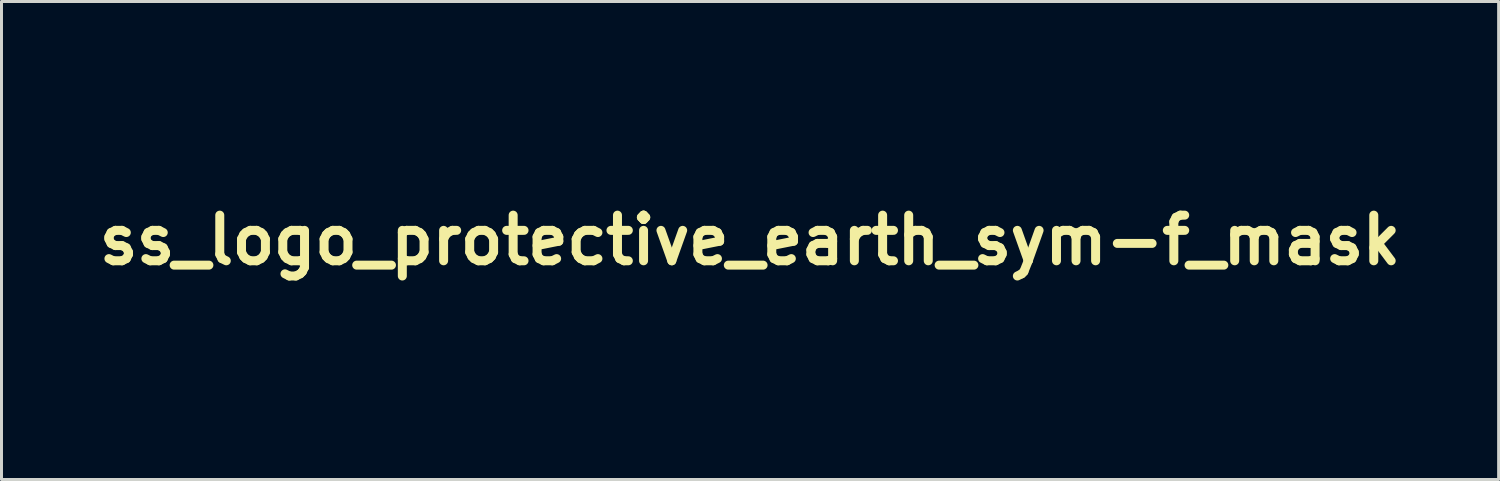
<source format=kicad_pcb>
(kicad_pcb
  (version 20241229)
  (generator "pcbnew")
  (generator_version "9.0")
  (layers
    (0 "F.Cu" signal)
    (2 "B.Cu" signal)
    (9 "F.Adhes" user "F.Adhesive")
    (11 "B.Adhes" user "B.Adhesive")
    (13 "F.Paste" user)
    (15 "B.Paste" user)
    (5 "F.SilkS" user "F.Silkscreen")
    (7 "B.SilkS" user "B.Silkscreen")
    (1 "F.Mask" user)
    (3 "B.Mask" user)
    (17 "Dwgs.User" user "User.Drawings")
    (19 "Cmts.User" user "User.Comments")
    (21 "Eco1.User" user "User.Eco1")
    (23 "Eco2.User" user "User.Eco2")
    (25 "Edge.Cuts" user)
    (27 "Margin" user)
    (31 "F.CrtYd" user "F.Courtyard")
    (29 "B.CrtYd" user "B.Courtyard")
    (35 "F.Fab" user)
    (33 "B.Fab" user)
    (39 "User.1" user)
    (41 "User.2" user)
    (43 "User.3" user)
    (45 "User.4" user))
  (footprint "ss_logo_protective_earth_sym-f_mask"
    (layer "F.Cu")
    (at 21.996 4.969)
    (property "Reference" "ss_logo_protective_earth_sym-f_mask" (at 0 0 0) (layer "F.SilkS") (effects (font (size 1.524 1.524) (thickness 0.3))))
    (attr through_hole)
    (fp_poly (pts (xy 3.008 0.569) (xy 3.137 0.65) (xy 3.224 0.759) (xy 3.272 0.901) (xy 3.287 1.074) (xy 3.277 1.241) (xy 3.242 1.369) (xy 3.175 1.472) (xy 3.07 1.564) (xy 3.066 1.567) (xy 2.949 1.651) (xy 0.042 1.658) (xy -0.435 1.659) (xy -0.859 1.66) (xy -1.233 1.66) (xy -1.56 1.66) (xy -1.842 1.66) (xy -2.084 1.659) (xy -2.289 1.657) (xy -2.459 1.655) (xy -2.597 1.653) (xy -2.708 1.649) (xy -2.793 1.646) (xy -2.856 1.641) (xy -2.9 1.636) (xy -2.929 1.63) (xy -2.942 1.625) (xy -3.081 1.54) (xy -3.174 1.449) (xy -3.23 1.338) (xy -3.255 1.196) (xy -3.259 1.087) (xy -3.259 1.084) (xy -2.939 1.084) (xy -2.92 1.187) (xy -2.874 1.261) (xy -2.812 1.326) (xy 2.846 1.326) (xy 2.905 1.252) (xy 2.955 1.152) (xy 2.963 1.046) (xy 2.93 0.951) (xy 2.889 0.905) (xy 2.876 0.896) (xy 2.861 0.887) (xy 2.841 0.88) (xy 2.812 0.873) (xy 2.771 0.868) (xy 2.714 0.863) (xy 2.638 0.859) (xy 2.54 0.856) (xy 2.417 0.853) (xy 2.265 0.851) (xy 2.08 0.849) (xy 1.86 0.848) (xy 1.6 0.848) (xy 1.299 0.847) (xy 0.951 0.847) (xy 0.555 0.847) (xy 0.106 0.847) (xy 0.014 0.847) (xy -0.445 0.847) (xy -0.851 0.847) (xy -1.208 0.847) (xy -1.518 0.847) (xy -1.785 0.848) (xy -2.013 0.849) (xy -2.204 0.851) (xy -2.362 0.853) (xy -2.491 0.855) (xy -2.593 0.858) (xy -2.673 0.862) (xy -2.733 0.867) (xy -2.777 0.872) (xy -2.808 0.878) (xy -2.83 0.886) (xy -2.845 0.894) (xy -2.858 0.903) (xy -2.861 0.905) (xy -2.919 0.983) (xy -2.939 1.084) (xy -3.259 1.084) (xy -3.257 0.966) (xy -3.247 0.883) (xy -3.225 0.817) (xy -3.187 0.749) (xy -3.181 0.739) (xy -3.079 0.625) (xy -2.974 0.563) (xy -2.951 0.554) (xy -2.926 0.546) (xy -2.895 0.539) (xy -2.855 0.533) (xy -2.801 0.528) (xy -2.731 0.523) (xy -2.641 0.52) (xy -2.529 0.517) (xy -2.39 0.514) (xy -2.221 0.512) (xy -2.019 0.511) (xy -1.78 0.51) (xy -1.502 0.509) (xy -1.18 0.508) (xy -0.811 0.508) (xy -0.392 0.508) (xy 0.017 0.508) (xy 2.879 0.508) (xy 3.008 0.569)) (stroke (width 0.01) (type solid)) (fill yes) (layer "F.Mask"))
    (fp_poly (pts (xy 0.327 1.962) (xy 0.588 1.962) (xy 0.804 1.963) (xy 0.978 1.965) (xy 1.115 1.967) (xy 1.222 1.971) (xy 1.302 1.976) (xy 1.361 1.982) (xy 1.404 1.99) (xy 1.436 2) (xy 1.462 2.012) (xy 1.468 2.014) (xy 1.58 2.088) (xy 1.66 2.179) (xy 1.723 2.294) (xy 1.77 2.457) (xy 1.77 2.622) (xy 1.728 2.78) (xy 1.648 2.919) (xy 1.534 3.029) (xy 1.393 3.098) (xy 1.345 3.107) (xy 1.263 3.114) (xy 1.145 3.12) (xy 0.987 3.125) (xy 0.785 3.128) (xy 0.536 3.13) (xy 0.237 3.131) (xy -0.017 3.131) (xy -0.322 3.131) (xy -0.575 3.13) (xy -0.783 3.129) (xy -0.949 3.127) (xy -1.081 3.124) (xy -1.182 3.121) (xy -1.259 3.115) (xy -1.316 3.108) (xy -1.359 3.1) (xy -1.393 3.089) (xy -1.424 3.076) (xy -1.434 3.071) (xy -1.57 2.976) (xy -1.669 2.851) (xy -1.728 2.704) (xy -1.747 2.563) (xy -1.398 2.563) (xy -1.373 2.663) (xy -1.319 2.742) (xy -1.269 2.774) (xy -1.233 2.777) (xy -1.147 2.78) (xy -1.015 2.782) (xy -0.845 2.784) (xy -0.642 2.785) (xy -0.412 2.786) (xy -0.16 2.786) (xy 0.044 2.785) (xy 0.348 2.784) (xy 0.6 2.782) (xy 0.805 2.78) (xy 0.969 2.777) (xy 1.096 2.774) (xy 1.192 2.769) (xy 1.261 2.764) (xy 1.309 2.757) (xy 1.339 2.748) (xy 1.358 2.737) (xy 1.364 2.733) (xy 1.397 2.666) (xy 1.411 2.571) (xy 1.405 2.47) (xy 1.38 2.388) (xy 1.364 2.366) (xy 1.351 2.354) (xy 1.33 2.344) (xy 1.298 2.335) (xy 1.25 2.329) (xy 1.18 2.324) (xy 1.083 2.32) (xy 0.955 2.318) (xy 0.791 2.316) (xy 0.585 2.315) (xy 0.333 2.314) (xy 0.029 2.314) (xy 0.014 2.314) (xy -0.291 2.314) (xy -0.544 2.315) (xy -0.751 2.315) (xy -0.917 2.317) (xy -1.046 2.319) (xy -1.144 2.323) (xy -1.215 2.327) (xy -1.264 2.334) (xy -1.298 2.342) (xy -1.319 2.352) (xy -1.335 2.364) (xy -1.343 2.374) (xy -1.389 2.46) (xy -1.398 2.563) (xy -1.747 2.563) (xy -1.749 2.546) (xy -1.73 2.389) (xy -1.672 2.241) (xy -1.575 2.113) (xy -1.453 2.023) (xy -1.426 2.009) (xy -1.398 1.997) (xy -1.363 1.987) (xy -1.318 1.98) (xy -1.255 1.974) (xy -1.171 1.969) (xy -1.061 1.966) (xy -0.918 1.964) (xy -0.739 1.962) (xy -0.518 1.962) (xy -0.249 1.961) (xy 0.014 1.961) (xy 0.327 1.962)) (stroke (width 0.01) (type solid)) (fill yes) (layer "F.Mask"))
    (fp_poly (pts (xy 0.181 -3.201) (xy 0.316 -3.147) (xy 0.431 -3.049) (xy 0.533 -2.907) (xy 0.549 -2.878) (xy 0.562 -2.846) (xy 0.572 -2.805) (xy 0.58 -2.749) (xy 0.585 -2.671) (xy 0.589 -2.566) (xy 0.591 -2.426) (xy 0.592 -2.245) (xy 0.593 -2.018) (xy 0.593 -1.885) (xy 0.593 -0.962) (xy 2.11 -0.954) (xy 2.451 -0.952) (xy 2.74 -0.95) (xy 2.982 -0.948) (xy 3.183 -0.945) (xy 3.345 -0.94) (xy 3.475 -0.933) (xy 3.577 -0.924) (xy 3.655 -0.911) (xy 3.715 -0.894) (xy 3.761 -0.874) (xy 3.798 -0.848) (xy 3.83 -0.817) (xy 3.863 -0.78) (xy 3.889 -0.75) (xy 3.981 -0.606) (xy 4.024 -0.447) (xy 4.021 -0.284) (xy 3.974 -0.127) (xy 3.884 0.012) (xy 3.753 0.123) (xy 3.736 0.134) (xy 3.627 0.197) (xy 0.014 0.196) (xy -0.512 0.196) (xy -0.985 0.195) (xy -1.407 0.195) (xy -1.781 0.195) (xy -2.111 0.194) (xy -2.399 0.193) (xy -2.649 0.192) (xy -2.863 0.191) (xy -3.044 0.189) (xy -3.195 0.186) (xy -3.319 0.184) (xy -3.42 0.18) (xy -3.499 0.177) (xy -3.56 0.172) (xy -3.607 0.167) (xy -3.641 0.162) (xy -3.666 0.156) (xy -3.685 0.149) (xy -3.697 0.143) (xy -3.839 0.038) (xy -3.938 -0.095) (xy -3.993 -0.247) (xy -3.998 -0.339) (xy -3.663 -0.339) (xy -3.625 -0.242) (xy -3.537 -0.159) (xy -3.514 -0.146) (xy -3.477 -0.141) (xy -3.389 -0.137) (xy -3.252 -0.133) (xy -3.072 -0.129) (xy -2.852 -0.126) (xy -2.596 -0.123) (xy -2.309 -0.12) (xy -1.995 -0.118) (xy -1.659 -0.116) (xy -1.303 -0.115) (xy -0.933 -0.113) (xy -0.553 -0.113) (xy -0.167 -0.112) (xy 0.221 -0.112) (xy 0.607 -0.112) (xy 0.986 -0.113) (xy 1.354 -0.114) (xy 1.708 -0.115) (xy 2.042 -0.117) (xy 2.353 -0.119) (xy 2.636 -0.122) (xy 2.888 -0.124) (xy 3.104 -0.128) (xy 3.279 -0.131) (xy 3.411 -0.135) (xy 3.493 -0.139) (xy 3.522 -0.143) (xy 3.622 -0.203) (xy 3.68 -0.289) (xy 3.691 -0.389) (xy 3.654 -0.49) (xy 3.615 -0.538) (xy 3.532 -0.621) (xy 0.342 -0.621) (xy 0.298 -0.684) (xy 0.286 -0.707) (xy 0.277 -0.744) (xy 0.269 -0.799) (xy 0.263 -0.879) (xy 0.259 -0.989) (xy 0.257 -1.135) (xy 0.255 -1.322) (xy 0.254 -1.557) (xy 0.254 -1.743) (xy 0.254 -2.74) (xy 0.185 -2.809) (xy 0.09 -2.868) (xy -0.016 -2.878) (xy -0.118 -2.841) (xy -0.157 -2.809) (xy -0.226 -2.74) (xy -0.226 -1.743) (xy -0.226 -1.474) (xy -0.227 -1.256) (xy -0.229 -1.083) (xy -0.232 -0.949) (xy -0.237 -0.85) (xy -0.243 -0.778) (xy -0.251 -0.73) (xy -0.261 -0.698) (xy -0.27 -0.684) (xy -0.314 -0.621) (xy -3.504 -0.621) (xy -3.586 -0.538) (xy -3.651 -0.441) (xy -3.663 -0.339) (xy -3.998 -0.339) (xy -4.002 -0.409) (xy -3.963 -0.572) (xy -3.876 -0.727) (xy -3.834 -0.777) (xy -3.746 -0.86) (xy -3.658 -0.908) (xy -3.581 -0.929) (xy -3.516 -0.937) (xy -3.397 -0.943) (xy -3.226 -0.949) (xy -3.005 -0.953) (xy -2.738 -0.957) (xy -2.426 -0.959) (xy -2.072 -0.96) (xy -2.002 -0.96) (xy -0.564 -0.96) (xy -0.564 -1.878) (xy -0.564 -2.142) (xy -0.563 -2.356) (xy -0.56 -2.527) (xy -0.555 -2.66) (xy -0.545 -2.763) (xy -0.531 -2.842) (xy -0.512 -2.903) (xy -0.486 -2.952) (xy -0.454 -2.997) (xy -0.412 -3.043) (xy -0.399 -3.057) (xy -0.272 -3.155) (xy -0.114 -3.207) (xy 0.014 -3.217) (xy 0.181 -3.201)) (stroke (width 0.01) (type solid)) (fill yes) (layer "F.Mask"))
    (fp_poly (pts (xy 0.579 -4.933) (xy 1.088 -4.85) (xy 1.585 -4.715) (xy 1.976 -4.567) (xy 2.082 -4.519) (xy 2.214 -4.453) (xy 2.36 -4.377) (xy 2.505 -4.299) (xy 2.634 -4.227) (xy 2.735 -4.167) (xy 2.775 -4.141) (xy 3.218 -3.798) (xy 3.611 -3.427) (xy 3.957 -3.028) (xy 4.254 -2.6) (xy 4.503 -2.142) (xy 4.705 -1.654) (xy 4.86 -1.134) (xy 4.898 -0.974) (xy 4.937 -0.751) (xy 4.968 -0.494) (xy 4.987 -0.226) (xy 4.994 0.014) (xy 4.966 0.535) (xy 4.884 1.046) (xy 4.751 1.541) (xy 4.567 2.019) (xy 4.335 2.475) (xy 4.057 2.906) (xy 3.735 3.309) (xy 3.37 3.679) (xy 2.966 4.013) (xy 2.667 4.219) (xy 2.254 4.453) (xy 1.811 4.647) (xy 1.347 4.8) (xy 0.871 4.909) (xy 0.392 4.972) (xy -0.081 4.988) (xy -0.452 4.965) (xy -0.944 4.89) (xy -1.402 4.779) (xy -1.837 4.627) (xy -2.191 4.467) (xy -2.65 4.207) (xy -3.075 3.905) (xy -3.462 3.565) (xy -3.81 3.19) (xy -4.116 2.783) (xy -4.379 2.348) (xy -4.596 1.889) (xy -4.765 1.408) (xy -4.884 0.909) (xy -4.951 0.396) (xy -4.965 0.014) (xy -4.611 0.014) (xy -4.608 0.26) (xy -4.599 0.466) (xy -4.583 0.649) (xy -4.556 0.824) (xy -4.517 1.007) (xy -4.464 1.216) (xy -4.457 1.242) (xy -4.302 1.706) (xy -4.097 2.15) (xy -3.845 2.572) (xy -3.549 2.965) (xy -3.215 3.327) (xy -2.845 3.652) (xy -2.443 3.936) (xy -2.013 4.175) (xy -1.806 4.269) (xy -1.533 4.376) (xy -1.265 4.463) (xy -0.98 4.534) (xy -0.726 4.585) (xy -0.588 4.603) (xy -0.409 4.616) (xy -0.201 4.623) (xy 0.02 4.625) (xy 0.241 4.622) (xy 0.447 4.614) (xy 0.623 4.601) (xy 0.738 4.585) (xy 1.257 4.469) (xy 1.744 4.305) (xy 2.201 4.095) (xy 2.627 3.836) (xy 3.024 3.53) (xy 3.392 3.175) (xy 3.638 2.893) (xy 3.913 2.515) (xy 4.145 2.116) (xy 4.335 1.689) (xy 4.487 1.228) (xy 4.59 0.79) (xy 4.618 0.604) (xy 4.635 0.378) (xy 4.642 0.127) (xy 4.64 -0.134) (xy 4.629 -0.389) (xy 4.608 -0.623) (xy 4.578 -0.821) (xy 4.576 -0.833) (xy 4.499 -1.165) (xy 4.412 -1.461) (xy 4.308 -1.74) (xy 4.182 -2.018) (xy 3.934 -2.462) (xy 3.643 -2.873) (xy 3.312 -3.246) (xy 2.943 -3.581) (xy 2.54 -3.874) (xy 2.105 -4.123) (xy 1.643 -4.327) (xy 1.156 -4.482) (xy 0.87 -4.548) (xy 0.736 -4.572) (xy 0.61 -4.589) (xy 0.478 -4.601) (xy 0.325 -4.608) (xy 0.137 -4.61) (xy 0.014 -4.611) (xy -0.199 -4.61) (xy -0.369 -4.605) (xy -0.511 -4.596) (xy -0.639 -4.582) (xy -0.766 -4.562) (xy -0.841 -4.548) (xy -1.347 -4.42) (xy -1.826 -4.244) (xy -2.276 -4.02) (xy -2.695 -3.752) (xy -3.081 -3.442) (xy -3.431 -3.09) (xy -3.743 -2.7) (xy -4.015 -2.273) (xy -4.244 -1.812) (xy -4.429 -1.317) (xy -4.44 -1.284) (xy -4.509 -1.031) (xy -4.559 -0.78) (xy -4.591 -0.514) (xy -4.608 -0.219) (xy -4.611 0.014) (xy -4.965 0.014) (xy -4.938 -0.517) (xy -4.857 -1.033) (xy -4.723 -1.532) (xy -4.538 -2.012) (xy -4.302 -2.47) (xy -4.018 -2.904) (xy -3.685 -3.313) (xy -3.306 -3.693) (xy -2.881 -4.043) (xy -2.746 -4.141) (xy -2.669 -4.19) (xy -2.555 -4.256) (xy -2.417 -4.332) (xy -2.27 -4.409) (xy -2.128 -4.482) (xy -2.005 -4.541) (xy -1.947 -4.567) (xy -1.464 -4.744) (xy -0.963 -4.869) (xy -0.453 -4.942) (xy 0.063 -4.964) (xy 0.579 -4.933)) (stroke (width 0.01) (type solid)) (fill yes) (layer "F.Mask")))
  (gr_rect
    (start -3 -3)
    (end 46.993 12.962)
    (stroke (width 0.1) (type default))
    (fill no)
    (layer "Edge.Cuts")))
</source>
